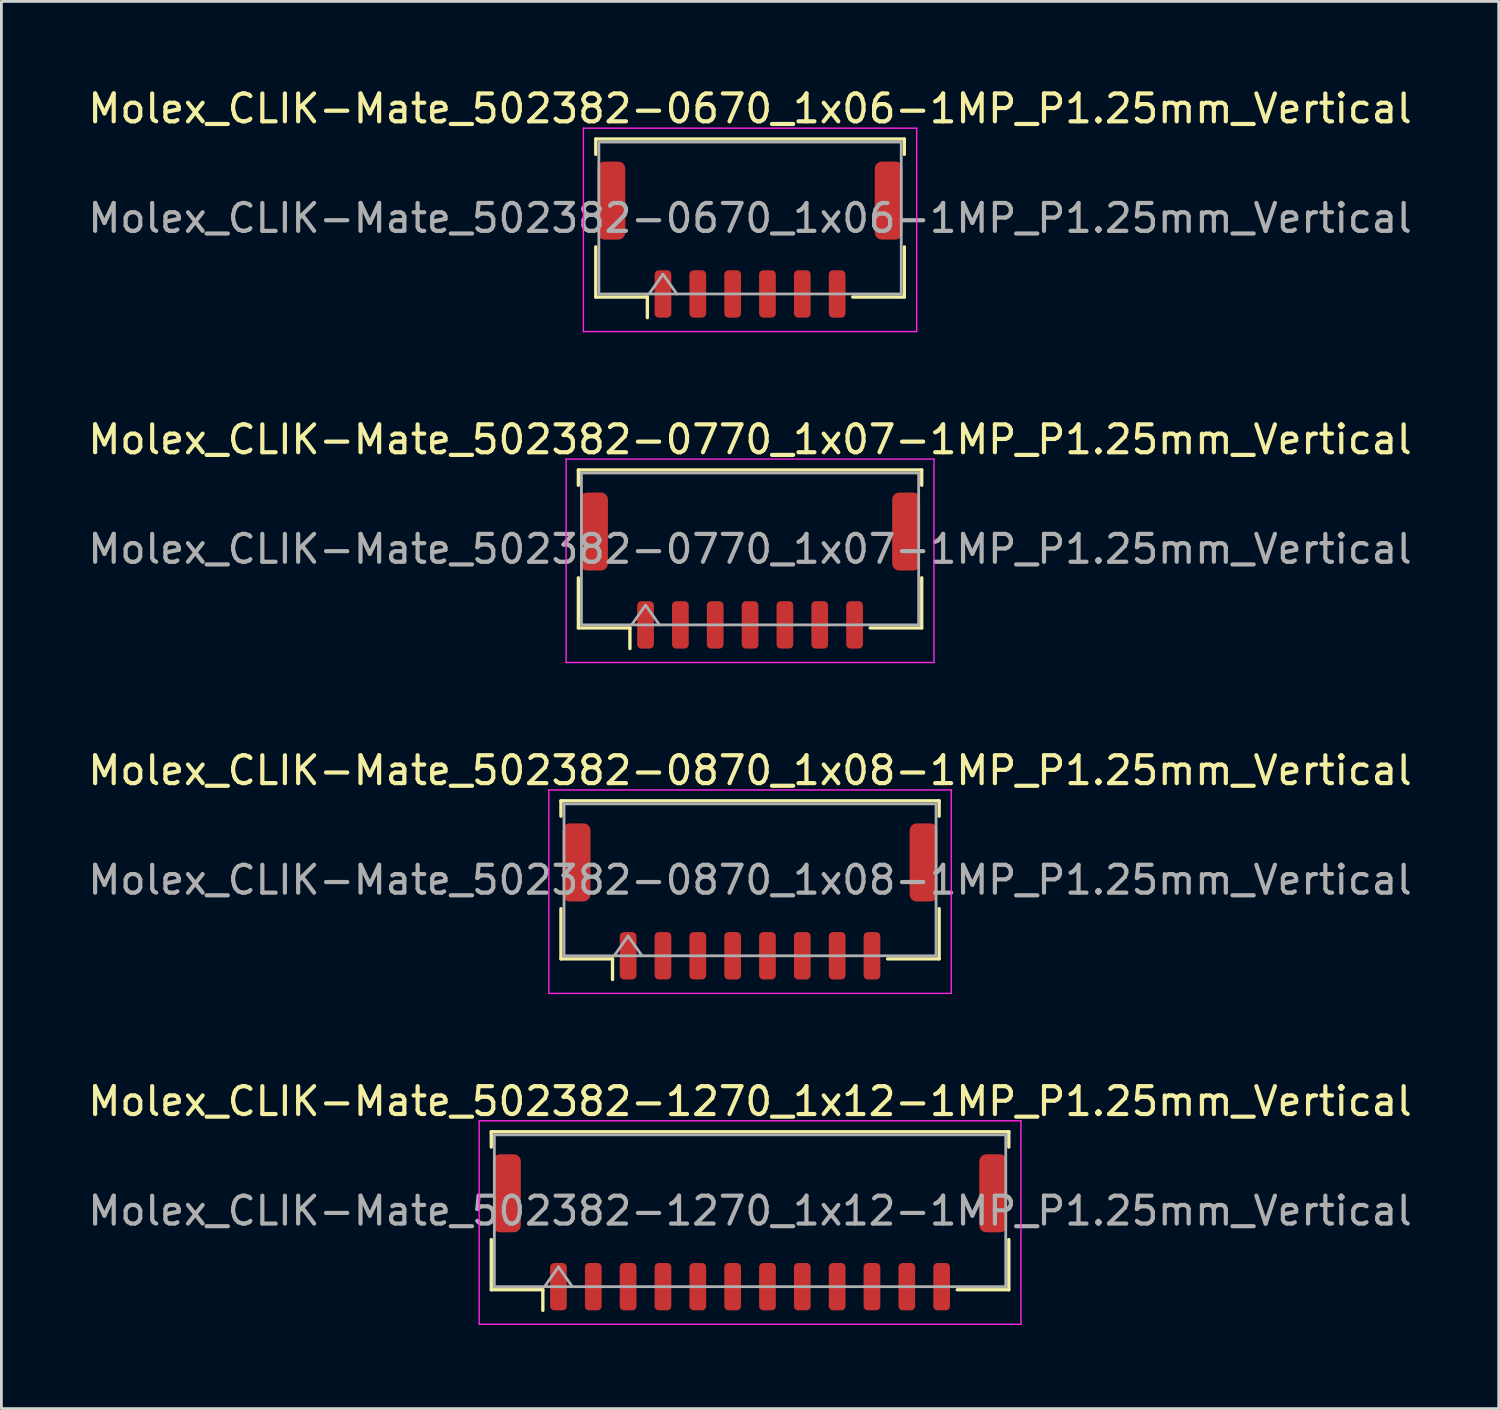
<source format=kicad_pcb>
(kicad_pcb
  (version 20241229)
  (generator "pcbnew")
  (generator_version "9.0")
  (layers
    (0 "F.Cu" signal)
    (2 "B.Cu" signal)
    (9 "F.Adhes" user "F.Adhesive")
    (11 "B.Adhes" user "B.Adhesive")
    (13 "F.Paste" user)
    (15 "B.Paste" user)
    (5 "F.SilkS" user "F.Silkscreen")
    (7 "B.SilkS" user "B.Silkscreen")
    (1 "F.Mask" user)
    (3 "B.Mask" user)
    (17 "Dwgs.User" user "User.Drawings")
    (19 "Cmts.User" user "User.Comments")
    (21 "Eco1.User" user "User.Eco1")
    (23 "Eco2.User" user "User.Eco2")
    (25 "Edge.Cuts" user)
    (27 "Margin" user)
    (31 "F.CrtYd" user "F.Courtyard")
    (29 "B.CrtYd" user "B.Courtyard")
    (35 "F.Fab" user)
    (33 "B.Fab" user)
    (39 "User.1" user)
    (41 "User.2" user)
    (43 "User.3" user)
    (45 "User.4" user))
  (footprint "Molex_CLIK-Mate_502382-0670_1x06-1MP_P1.25mm_Vertical"
    (layer "F.Cu")
    (at 23.863 5.548)
    (property "Reference" "Molex_CLIK-Mate_502382-0670_1x06-1MP_P1.25mm_Vertical" (at 0 -4.7 0) (layer "F.SilkS") (effects (font (size 1 1) (thickness 0.15))))
    (attr smd)
    (fp_line (start -5.535 -3.61) (end 5.535 -3.61) (stroke (width 0.12) (type solid)) (layer "F.SilkS"))
    (fp_line (start -5.535 -3.06) (end -5.535 -3.61) (stroke (width 0.12) (type solid)) (layer "F.SilkS"))
    (fp_line (start -5.535 0.26) (end -5.535 2.06) (stroke (width 0.12) (type solid)) (layer "F.SilkS"))
    (fp_line (start -5.535 2.06) (end -3.685 2.06) (stroke (width 0.12) (type solid)) (layer "F.SilkS"))
    (fp_line (start -3.685 2.06) (end -3.685 2.8) (stroke (width 0.12) (type solid)) (layer "F.SilkS"))
    (fp_line (start 5.535 -3.61) (end 5.535 -3.06) (stroke (width 0.12) (type solid)) (layer "F.SilkS"))
    (fp_line (start 5.535 0.26) (end 5.535 2.06) (stroke (width 0.12) (type solid)) (layer "F.SilkS"))
    (fp_line (start 5.535 2.06) (end 3.685 2.06) (stroke (width 0.12) (type solid)) (layer "F.SilkS"))
    (fp_line (start -5.98 -4) (end -5.98 3.3) (stroke (width 0.05) (type solid)) (layer "F.CrtYd"))
    (fp_line (start -5.98 3.3) (end 5.98 3.3) (stroke (width 0.05) (type solid)) (layer "F.CrtYd"))
    (fp_line (start 5.98 -4) (end -5.98 -4) (stroke (width 0.05) (type solid)) (layer "F.CrtYd"))
    (fp_line (start 5.98 3.3) (end 5.98 -4) (stroke (width 0.05) (type solid)) (layer "F.CrtYd"))
    (fp_line (start -5.425 -3.5) (end 5.425 -3.5) (stroke (width 0.1) (type solid)) (layer "F.Fab"))
    (fp_line (start -5.425 1.95) (end -5.425 -3.5) (stroke (width 0.1) (type solid)) (layer "F.Fab"))
    (fp_line (start -5.425 1.95) (end 5.425 1.95) (stroke (width 0.1) (type solid)) (layer "F.Fab"))
    (fp_line (start -3.625 1.95) (end -3.125 1.243) (stroke (width 0.1) (type solid)) (layer "F.Fab"))
    (fp_line (start -3.125 1.243) (end -2.625 1.95) (stroke (width 0.1) (type solid)) (layer "F.Fab"))
    (fp_line (start 5.425 1.95) (end 5.425 -3.5) (stroke (width 0.1) (type solid)) (layer "F.Fab"))
    (fp_text user "${REFERENCE}" (at 0 -0.77 0) (layer "F.Fab") (effects (font (size 1 1) (thickness 0.15))))
    (pad "1" smd roundrect (at -3.125 1.95) (size 0.6 1.7) (layers "F.Cu" "F.Mask" "F.Paste") (roundrect_rratio 0.25))
    (pad "2" smd roundrect (at -1.875 1.95) (size 0.6 1.7) (layers "F.Cu" "F.Mask" "F.Paste") (roundrect_rratio 0.25))
    (pad "3" smd roundrect (at -0.625 1.95) (size 0.6 1.7) (layers "F.Cu" "F.Mask" "F.Paste") (roundrect_rratio 0.25))
    (pad "4" smd roundrect (at 0.625 1.95) (size 0.6 1.7) (layers "F.Cu" "F.Mask" "F.Paste") (roundrect_rratio 0.25))
    (pad "5" smd roundrect (at 1.875 1.95) (size 0.6 1.7) (layers "F.Cu" "F.Mask" "F.Paste") (roundrect_rratio 0.25))
    (pad "6" smd roundrect (at 3.125 1.95) (size 0.6 1.7) (layers "F.Cu" "F.Mask" "F.Paste") (roundrect_rratio 0.25))
    (pad "MP" smd roundrect (at -4.975 -1.4) (size 1 2.8) (layers "F.Cu" "F.Mask" "F.Paste") (roundrect_rratio 0.25))
    (pad "MP" smd roundrect (at 4.975 -1.4) (size 1 2.8) (layers "F.Cu" "F.Mask" "F.Paste") (roundrect_rratio 0.25)))
  (footprint "Molex_CLIK-Mate_502382-1270_1x12-1MP_P1.25mm_Vertical"
    (layer "F.Cu")
    (at 23.863 41.168)
    (property "Reference" "Molex_CLIK-Mate_502382-1270_1x12-1MP_P1.25mm_Vertical" (at 0 -4.7 0) (layer "F.SilkS") (effects (font (size 1 1) (thickness 0.15))))
    (attr smd)
    (fp_line (start -9.285 -3.61) (end 9.285 -3.61) (stroke (width 0.12) (type solid)) (layer "F.SilkS"))
    (fp_line (start -9.285 -3.06) (end -9.285 -3.61) (stroke (width 0.12) (type solid)) (layer "F.SilkS"))
    (fp_line (start -9.285 0.26) (end -9.285 2.06) (stroke (width 0.12) (type solid)) (layer "F.SilkS"))
    (fp_line (start -9.285 2.06) (end -7.435 2.06) (stroke (width 0.12) (type solid)) (layer "F.SilkS"))
    (fp_line (start -7.435 2.06) (end -7.435 2.8) (stroke (width 0.12) (type solid)) (layer "F.SilkS"))
    (fp_line (start 9.285 -3.61) (end 9.285 -3.06) (stroke (width 0.12) (type solid)) (layer "F.SilkS"))
    (fp_line (start 9.285 0.26) (end 9.285 2.06) (stroke (width 0.12) (type solid)) (layer "F.SilkS"))
    (fp_line (start 9.285 2.06) (end 7.435 2.06) (stroke (width 0.12) (type solid)) (layer "F.SilkS"))
    (fp_line (start -9.72 -4) (end -9.72 3.3) (stroke (width 0.05) (type solid)) (layer "F.CrtYd"))
    (fp_line (start -9.72 3.3) (end 9.72 3.3) (stroke (width 0.05) (type solid)) (layer "F.CrtYd"))
    (fp_line (start 9.72 -4) (end -9.72 -4) (stroke (width 0.05) (type solid)) (layer "F.CrtYd"))
    (fp_line (start 9.72 3.3) (end 9.72 -4) (stroke (width 0.05) (type solid)) (layer "F.CrtYd"))
    (fp_line (start -9.175 -3.5) (end 9.175 -3.5) (stroke (width 0.1) (type solid)) (layer "F.Fab"))
    (fp_line (start -9.175 1.95) (end -9.175 -3.5) (stroke (width 0.1) (type solid)) (layer "F.Fab"))
    (fp_line (start -9.175 1.95) (end 9.175 1.95) (stroke (width 0.1) (type solid)) (layer "F.Fab"))
    (fp_line (start -7.375 1.95) (end -6.875 1.243) (stroke (width 0.1) (type solid)) (layer "F.Fab"))
    (fp_line (start -6.875 1.243) (end -6.375 1.95) (stroke (width 0.1) (type solid)) (layer "F.Fab"))
    (fp_line (start 9.175 1.95) (end 9.175 -3.5) (stroke (width 0.1) (type solid)) (layer "F.Fab"))
    (fp_text user "${REFERENCE}" (at 0 -0.77 0) (layer "F.Fab") (effects (font (size 1 1) (thickness 0.15))))
    (pad "1" smd roundrect (at -6.875 1.95) (size 0.6 1.7) (layers "F.Cu" "F.Mask" "F.Paste") (roundrect_rratio 0.25))
    (pad "2" smd roundrect (at -5.625 1.95) (size 0.6 1.7) (layers "F.Cu" "F.Mask" "F.Paste") (roundrect_rratio 0.25))
    (pad "3" smd roundrect (at -4.375 1.95) (size 0.6 1.7) (layers "F.Cu" "F.Mask" "F.Paste") (roundrect_rratio 0.25))
    (pad "4" smd roundrect (at -3.125 1.95) (size 0.6 1.7) (layers "F.Cu" "F.Mask" "F.Paste") (roundrect_rratio 0.25))
    (pad "5" smd roundrect (at -1.875 1.95) (size 0.6 1.7) (layers "F.Cu" "F.Mask" "F.Paste") (roundrect_rratio 0.25))
    (pad "6" smd roundrect (at -0.625 1.95) (size 0.6 1.7) (layers "F.Cu" "F.Mask" "F.Paste") (roundrect_rratio 0.25))
    (pad "7" smd roundrect (at 0.625 1.95) (size 0.6 1.7) (layers "F.Cu" "F.Mask" "F.Paste") (roundrect_rratio 0.25))
    (pad "8" smd roundrect (at 1.875 1.95) (size 0.6 1.7) (layers "F.Cu" "F.Mask" "F.Paste") (roundrect_rratio 0.25))
    (pad "9" smd roundrect (at 3.125 1.95) (size 0.6 1.7) (layers "F.Cu" "F.Mask" "F.Paste") (roundrect_rratio 0.25))
    (pad "10" smd roundrect (at 4.375 1.95) (size 0.6 1.7) (layers "F.Cu" "F.Mask" "F.Paste") (roundrect_rratio 0.25))
    (pad "11" smd roundrect (at 5.625 1.95) (size 0.6 1.7) (layers "F.Cu" "F.Mask" "F.Paste") (roundrect_rratio 0.25))
    (pad "12" smd roundrect (at 6.875 1.95) (size 0.6 1.7) (layers "F.Cu" "F.Mask" "F.Paste") (roundrect_rratio 0.25))
    (pad "MP" smd roundrect (at -8.725 -1.4) (size 1 2.8) (layers "F.Cu" "F.Mask" "F.Paste") (roundrect_rratio 0.25))
    (pad "MP" smd roundrect (at 8.725 -1.4) (size 1 2.8) (layers "F.Cu" "F.Mask" "F.Paste") (roundrect_rratio 0.25)))
  (footprint "Molex_CLIK-Mate_502382-0870_1x08-1MP_P1.25mm_Vertical"
    (layer "F.Cu")
    (at 23.863 29.295)
    (property "Reference" "Molex_CLIK-Mate_502382-0870_1x08-1MP_P1.25mm_Vertical" (at 0 -4.7 0) (layer "F.SilkS") (effects (font (size 1 1) (thickness 0.15))))
    (attr smd)
    (fp_line (start -6.785 -3.61) (end 6.785 -3.61) (stroke (width 0.12) (type solid)) (layer "F.SilkS"))
    (fp_line (start -6.785 -3.06) (end -6.785 -3.61) (stroke (width 0.12) (type solid)) (layer "F.SilkS"))
    (fp_line (start -6.785 0.26) (end -6.785 2.06) (stroke (width 0.12) (type solid)) (layer "F.SilkS"))
    (fp_line (start -6.785 2.06) (end -4.935 2.06) (stroke (width 0.12) (type solid)) (layer "F.SilkS"))
    (fp_line (start -4.935 2.06) (end -4.935 2.8) (stroke (width 0.12) (type solid)) (layer "F.SilkS"))
    (fp_line (start 6.785 -3.61) (end 6.785 -3.06) (stroke (width 0.12) (type solid)) (layer "F.SilkS"))
    (fp_line (start 6.785 0.26) (end 6.785 2.06) (stroke (width 0.12) (type solid)) (layer "F.SilkS"))
    (fp_line (start 6.785 2.06) (end 4.935 2.06) (stroke (width 0.12) (type solid)) (layer "F.SilkS"))
    (fp_line (start -7.22 -4) (end -7.22 3.3) (stroke (width 0.05) (type solid)) (layer "F.CrtYd"))
    (fp_line (start -7.22 3.3) (end 7.22 3.3) (stroke (width 0.05) (type solid)) (layer "F.CrtYd"))
    (fp_line (start 7.22 -4) (end -7.22 -4) (stroke (width 0.05) (type solid)) (layer "F.CrtYd"))
    (fp_line (start 7.22 3.3) (end 7.22 -4) (stroke (width 0.05) (type solid)) (layer "F.CrtYd"))
    (fp_line (start -6.675 -3.5) (end 6.675 -3.5) (stroke (width 0.1) (type solid)) (layer "F.Fab"))
    (fp_line (start -6.675 1.95) (end -6.675 -3.5) (stroke (width 0.1) (type solid)) (layer "F.Fab"))
    (fp_line (start -6.675 1.95) (end 6.675 1.95) (stroke (width 0.1) (type solid)) (layer "F.Fab"))
    (fp_line (start -4.875 1.95) (end -4.375 1.243) (stroke (width 0.1) (type solid)) (layer "F.Fab"))
    (fp_line (start -4.375 1.243) (end -3.875 1.95) (stroke (width 0.1) (type solid)) (layer "F.Fab"))
    (fp_line (start 6.675 1.95) (end 6.675 -3.5) (stroke (width 0.1) (type solid)) (layer "F.Fab"))
    (fp_text user "${REFERENCE}" (at 0 -0.77 0) (layer "F.Fab") (effects (font (size 1 1) (thickness 0.15))))
    (pad "1" smd roundrect (at -4.375 1.95) (size 0.6 1.7) (layers "F.Cu" "F.Mask" "F.Paste") (roundrect_rratio 0.25))
    (pad "2" smd roundrect (at -3.125 1.95) (size 0.6 1.7) (layers "F.Cu" "F.Mask" "F.Paste") (roundrect_rratio 0.25))
    (pad "3" smd roundrect (at -1.875 1.95) (size 0.6 1.7) (layers "F.Cu" "F.Mask" "F.Paste") (roundrect_rratio 0.25))
    (pad "4" smd roundrect (at -0.625 1.95) (size 0.6 1.7) (layers "F.Cu" "F.Mask" "F.Paste") (roundrect_rratio 0.25))
    (pad "5" smd roundrect (at 0.625 1.95) (size 0.6 1.7) (layers "F.Cu" "F.Mask" "F.Paste") (roundrect_rratio 0.25))
    (pad "6" smd roundrect (at 1.875 1.95) (size 0.6 1.7) (layers "F.Cu" "F.Mask" "F.Paste") (roundrect_rratio 0.25))
    (pad "7" smd roundrect (at 3.125 1.95) (size 0.6 1.7) (layers "F.Cu" "F.Mask" "F.Paste") (roundrect_rratio 0.25))
    (pad "8" smd roundrect (at 4.375 1.95) (size 0.6 1.7) (layers "F.Cu" "F.Mask" "F.Paste") (roundrect_rratio 0.25))
    (pad "MP" smd roundrect (at -6.225 -1.4) (size 1 2.8) (layers "F.Cu" "F.Mask" "F.Paste") (roundrect_rratio 0.25))
    (pad "MP" smd roundrect (at 6.225 -1.4) (size 1 2.8) (layers "F.Cu" "F.Mask" "F.Paste") (roundrect_rratio 0.25)))
  (footprint "Molex_CLIK-Mate_502382-0770_1x07-1MP_P1.25mm_Vertical"
    (layer "F.Cu")
    (at 23.863 17.422)
    (property "Reference" "Molex_CLIK-Mate_502382-0770_1x07-1MP_P1.25mm_Vertical" (at 0 -4.7 0) (layer "F.SilkS") (effects (font (size 1 1) (thickness 0.15))))
    (attr smd)
    (fp_line (start -6.16 -3.61) (end 6.16 -3.61) (stroke (width 0.12) (type solid)) (layer "F.SilkS"))
    (fp_line (start -6.16 -3.06) (end -6.16 -3.61) (stroke (width 0.12) (type solid)) (layer "F.SilkS"))
    (fp_line (start -6.16 0.26) (end -6.16 2.06) (stroke (width 0.12) (type solid)) (layer "F.SilkS"))
    (fp_line (start -6.16 2.06) (end -4.31 2.06) (stroke (width 0.12) (type solid)) (layer "F.SilkS"))
    (fp_line (start -4.31 2.06) (end -4.31 2.8) (stroke (width 0.12) (type solid)) (layer "F.SilkS"))
    (fp_line (start 6.16 -3.61) (end 6.16 -3.06) (stroke (width 0.12) (type solid)) (layer "F.SilkS"))
    (fp_line (start 6.16 0.26) (end 6.16 2.06) (stroke (width 0.12) (type solid)) (layer "F.SilkS"))
    (fp_line (start 6.16 2.06) (end 4.31 2.06) (stroke (width 0.12) (type solid)) (layer "F.SilkS"))
    (fp_line (start -6.6 -4) (end -6.6 3.3) (stroke (width 0.05) (type solid)) (layer "F.CrtYd"))
    (fp_line (start -6.6 3.3) (end 6.6 3.3) (stroke (width 0.05) (type solid)) (layer "F.CrtYd"))
    (fp_line (start 6.6 -4) (end -6.6 -4) (stroke (width 0.05) (type solid)) (layer "F.CrtYd"))
    (fp_line (start 6.6 3.3) (end 6.6 -4) (stroke (width 0.05) (type solid)) (layer "F.CrtYd"))
    (fp_line (start -6.05 -3.5) (end 6.05 -3.5) (stroke (width 0.1) (type solid)) (layer "F.Fab"))
    (fp_line (start -6.05 1.95) (end -6.05 -3.5) (stroke (width 0.1) (type solid)) (layer "F.Fab"))
    (fp_line (start -6.05 1.95) (end 6.05 1.95) (stroke (width 0.1) (type solid)) (layer "F.Fab"))
    (fp_line (start -4.25 1.95) (end -3.75 1.243) (stroke (width 0.1) (type solid)) (layer "F.Fab"))
    (fp_line (start -3.75 1.243) (end -3.25 1.95) (stroke (width 0.1) (type solid)) (layer "F.Fab"))
    (fp_line (start 6.05 1.95) (end 6.05 -3.5) (stroke (width 0.1) (type solid)) (layer "F.Fab"))
    (fp_text user "${REFERENCE}" (at 0 -0.77 0) (layer "F.Fab") (effects (font (size 1 1) (thickness 0.15))))
    (pad "1" smd roundrect (at -3.75 1.95) (size 0.6 1.7) (layers "F.Cu" "F.Mask" "F.Paste") (roundrect_rratio 0.25))
    (pad "2" smd roundrect (at -2.5 1.95) (size 0.6 1.7) (layers "F.Cu" "F.Mask" "F.Paste") (roundrect_rratio 0.25))
    (pad "3" smd roundrect (at -1.25 1.95) (size 0.6 1.7) (layers "F.Cu" "F.Mask" "F.Paste") (roundrect_rratio 0.25))
    (pad "4" smd roundrect (at 0 1.95) (size 0.6 1.7) (layers "F.Cu" "F.Mask" "F.Paste") (roundrect_rratio 0.25))
    (pad "5" smd roundrect (at 1.25 1.95) (size 0.6 1.7) (layers "F.Cu" "F.Mask" "F.Paste") (roundrect_rratio 0.25))
    (pad "6" smd roundrect (at 2.5 1.95) (size 0.6 1.7) (layers "F.Cu" "F.Mask" "F.Paste") (roundrect_rratio 0.25))
    (pad "7" smd roundrect (at 3.75 1.95) (size 0.6 1.7) (layers "F.Cu" "F.Mask" "F.Paste") (roundrect_rratio 0.25))
    (pad "MP" smd roundrect (at -5.6 -1.4) (size 1 2.8) (layers "F.Cu" "F.Mask" "F.Paste") (roundrect_rratio 0.25))
    (pad "MP" smd roundrect (at 5.6 -1.4) (size 1 2.8) (layers "F.Cu" "F.Mask" "F.Paste") (roundrect_rratio 0.25)))
  (gr_rect
    (start -3 -3)
    (end 50.726 47.493)
    (stroke (width 0.1) (type default))
    (fill no)
    (layer "Edge.Cuts")))
</source>
